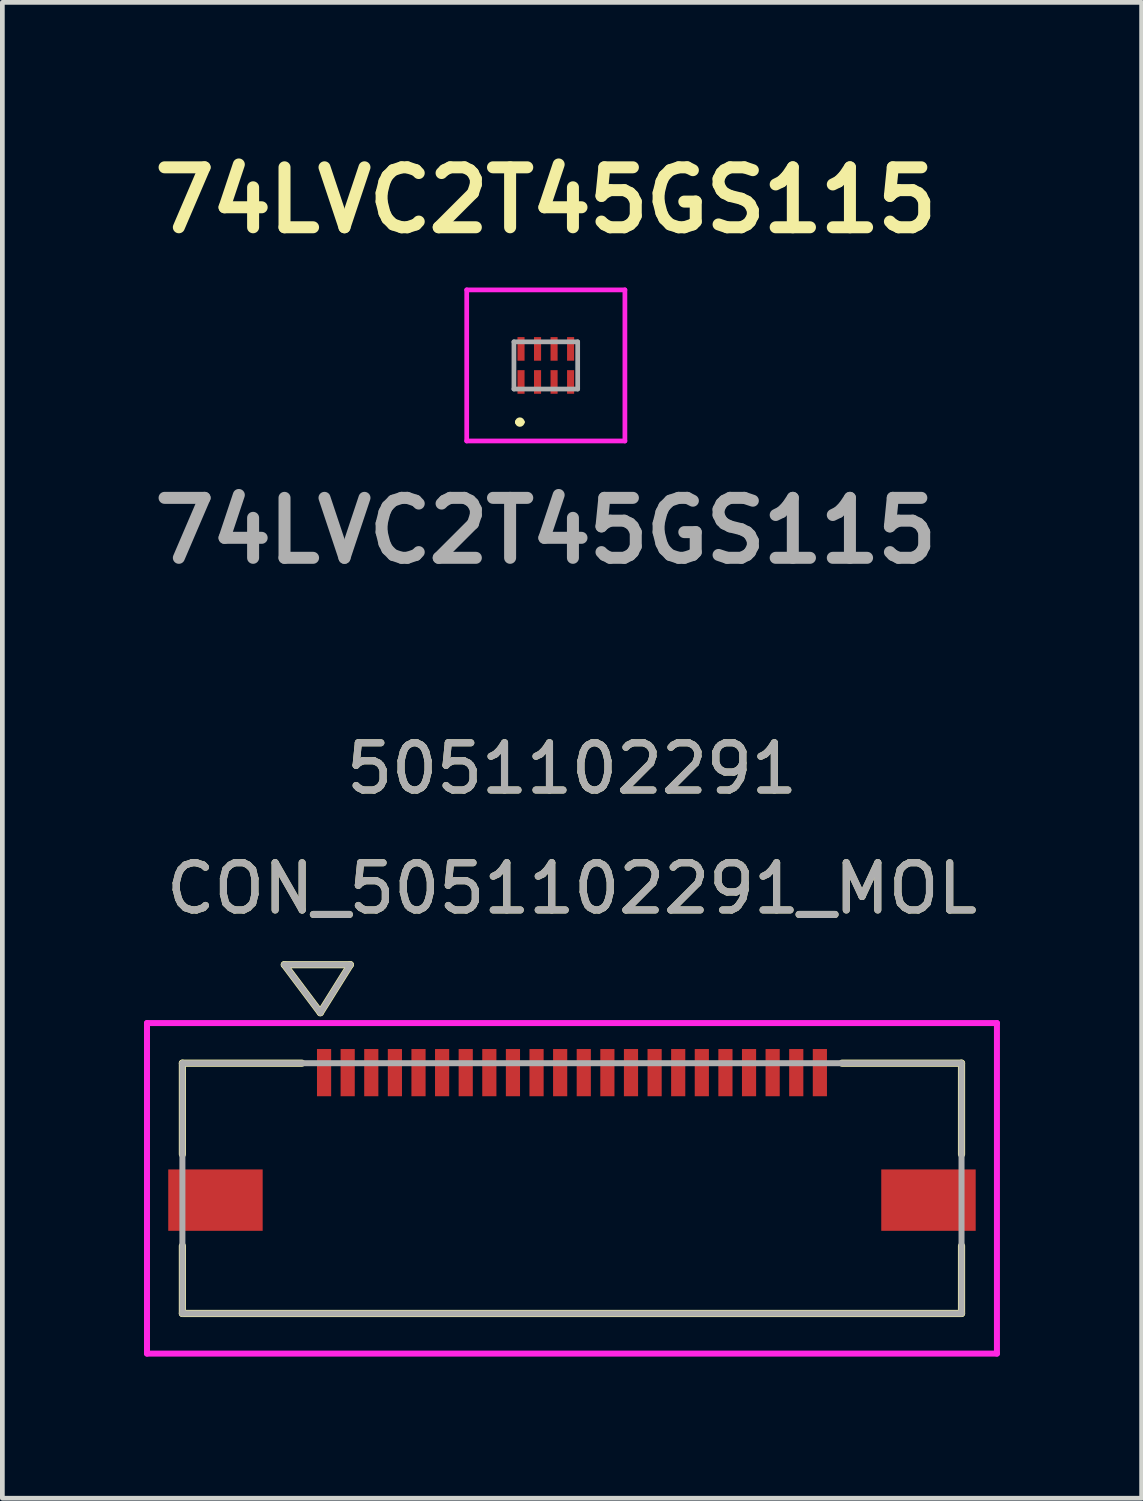
<source format=kicad_pcb>
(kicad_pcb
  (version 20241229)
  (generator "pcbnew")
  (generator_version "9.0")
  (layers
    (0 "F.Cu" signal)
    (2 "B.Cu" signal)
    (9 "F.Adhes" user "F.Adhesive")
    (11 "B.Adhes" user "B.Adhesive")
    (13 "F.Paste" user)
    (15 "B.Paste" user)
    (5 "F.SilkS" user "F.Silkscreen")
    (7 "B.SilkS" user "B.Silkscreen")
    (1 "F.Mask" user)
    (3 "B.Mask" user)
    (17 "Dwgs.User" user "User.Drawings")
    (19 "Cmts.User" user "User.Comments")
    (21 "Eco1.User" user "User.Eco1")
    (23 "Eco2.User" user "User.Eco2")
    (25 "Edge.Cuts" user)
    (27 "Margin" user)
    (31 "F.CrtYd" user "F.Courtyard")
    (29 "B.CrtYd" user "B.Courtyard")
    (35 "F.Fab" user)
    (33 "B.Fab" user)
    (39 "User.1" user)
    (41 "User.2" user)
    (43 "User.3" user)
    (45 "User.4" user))
  (footprint "74LVC2T45GS115"
    (layer "F.Cu")
    (at 8.509 4.689)
    (property "Reference" "74LVC2T45GS115" (at 0 -3.5 0) (layer "F.SilkS") (effects (font (size 1.27 1.27) (thickness 0.254))))
    (attr smd)
    (fp_line (start -0.6 1.2) (end -0.6 1.2) (stroke (width 0.1) (type solid)) (layer "F.SilkS"))
    (fp_line (start -0.5 1.2) (end -0.5 1.2) (stroke (width 0.1) (type solid)) (layer "F.SilkS"))
    (fp_arc (start -0.6 1.2) (mid -0.55 1.15) (end -0.5 1.2) (stroke (width 0.1) (type solid)) (layer "F.SilkS"))
    (fp_arc (start -0.5 1.2) (mid -0.55 1.25) (end -0.6 1.2) (stroke (width 0.1) (type solid)) (layer "F.SilkS"))
    (fp_line (start -1.675 -1.6) (end 1.675 -1.6) (stroke (width 0.1) (type solid)) (layer "F.CrtYd"))
    (fp_line (start -1.675 1.6) (end -1.675 -1.6) (stroke (width 0.1) (type solid)) (layer "F.CrtYd"))
    (fp_line (start 1.675 -1.6) (end 1.675 1.6) (stroke (width 0.1) (type solid)) (layer "F.CrtYd"))
    (fp_line (start 1.675 1.6) (end -1.675 1.6) (stroke (width 0.1) (type solid)) (layer "F.CrtYd"))
    (fp_line (start -0.675 -0.5) (end 0.675 -0.5) (stroke (width 0.1) (type solid)) (layer "F.Fab"))
    (fp_line (start -0.675 0.5) (end -0.675 -0.5) (stroke (width 0.1) (type solid)) (layer "F.Fab"))
    (fp_line (start 0.675 -0.5) (end 0.675 0.5) (stroke (width 0.1) (type solid)) (layer "F.Fab"))
    (fp_line (start 0.675 0.5) (end -0.675 0.5) (stroke (width 0.1) (type solid)) (layer "F.Fab"))
    (fp_text user "${REFERENCE}" (at 0 3.5 0) (layer "F.Fab") (effects (font (size 1.27 1.27) (thickness 0.254))))
    (pad "1" smd rect (at -0.525 0.35) (size 0.15 0.5) (layers "F.Cu" "F.Mask" "F.Paste"))
    (pad "2" smd rect (at -0.175 0.35) (size 0.15 0.5) (layers "F.Cu" "F.Mask" "F.Paste"))
    (pad "3" smd rect (at 0.175 0.35) (size 0.15 0.5) (layers "F.Cu" "F.Mask" "F.Paste"))
    (pad "4" smd rect (at 0.525 0.35) (size 0.15 0.5) (layers "F.Cu" "F.Mask" "F.Paste"))
    (pad "5" smd rect (at 0.525 -0.35) (size 0.15 0.5) (layers "F.Cu" "F.Mask" "F.Paste"))
    (pad "6" smd rect (at 0.175 -0.35) (size 0.15 0.5) (layers "F.Cu" "F.Mask" "F.Paste"))
    (pad "7" smd rect (at -0.175 -0.35) (size 0.15 0.5) (layers "F.Cu" "F.Mask" "F.Paste"))
    (pad "8" smd rect (at -0.525 -0.35) (size 0.15 0.5) (layers "F.Cu" "F.Mask" "F.Paste")))
  (footprint "CON_5051102291_MOL"
    (layer "F.Cu")
    (at 9.063 22.116)
    (property "Reference" "CON_5051102291_MOL" (at 0 -6.35 0) (unlocked yes) (layer "F.SilkS") (effects (font (size 1 1) (thickness 0.15))))
    (attr smd)
    (fp_line (start -8.25 -2.65) (end -8.25 -0.72) (stroke (width 0.152) (type solid)) (layer "F.SilkS"))
    (fp_line (start -8.25 1.22) (end -8.25 2.65) (stroke (width 0.152) (type solid)) (layer "F.SilkS"))
    (fp_line (start -8.25 2.65) (end 8.25 2.65) (stroke (width 0.152) (type solid)) (layer "F.SilkS"))
    (fp_line (start -6.091 -4.736) (end -5.329 -3.72) (stroke (width 0.152) (type solid)) (layer "F.SilkS"))
    (fp_line (start -6.091 -4.736) (end -4.694 -4.736) (stroke (width 0.152) (type solid)) (layer "F.SilkS"))
    (fp_line (start -5.72 -2.65) (end -8.25 -2.65) (stroke (width 0.152) (type solid)) (layer "F.SilkS"))
    (fp_line (start -4.694 -4.736) (end -5.329 -3.72) (stroke (width 0.152) (type solid)) (layer "F.SilkS"))
    (fp_line (start 8.25 -2.65) (end 5.72 -2.65) (stroke (width 0.152) (type solid)) (layer "F.SilkS"))
    (fp_line (start 8.25 -0.72) (end 8.25 -2.65) (stroke (width 0.152) (type solid)) (layer "F.SilkS"))
    (fp_line (start 8.25 2.65) (end 8.25 1.22) (stroke (width 0.152) (type solid)) (layer "F.SilkS"))
    (fp_line (start -9 -3.5) (end -9 3.5) (stroke (width 0.127) (type solid)) (layer "F.CrtYd"))
    (fp_line (start -9 3.5) (end 9 3.5) (stroke (width 0.127) (type solid)) (layer "F.CrtYd"))
    (fp_line (start 9 -3.5) (end -9 -3.5) (stroke (width 0.127) (type solid)) (layer "F.CrtYd"))
    (fp_line (start 9 3.5) (end 9 -3.5) (stroke (width 0.127) (type solid)) (layer "F.CrtYd"))
    (fp_line (start -8.25 -2.65) (end -8.25 2.65) (stroke (width 0.127) (type solid)) (layer "F.Fab"))
    (fp_line (start -8.25 2.65) (end 8.25 2.65) (stroke (width 0.127) (type solid)) (layer "F.Fab"))
    (fp_line (start -6.091 -4.736) (end -5.329 -3.72) (stroke (width 0.127) (type solid)) (layer "F.Fab"))
    (fp_line (start -6.091 -4.736) (end -4.694 -4.736) (stroke (width 0.127) (type solid)) (layer "F.Fab"))
    (fp_line (start -4.694 -4.736) (end -5.329 -3.72) (stroke (width 0.127) (type solid)) (layer "F.Fab"))
    (fp_line (start 8.25 -2.65) (end -8.25 -2.65) (stroke (width 0.127) (type solid)) (layer "F.Fab"))
    (fp_line (start 8.25 2.65) (end 8.25 -2.65) (stroke (width 0.127) (type solid)) (layer "F.Fab"))
    (fp_text user "5051102291" (at 0 -8.89 0) (unlocked yes) (layer "F.SilkS") (effects (font (size 1 1) (thickness 0.15))))
    (fp_text user "5051102291" (at 0 -8.89 0) (unlocked yes) (layer "F.Fab") (effects (font (size 1 1) (thickness 0.15))))
    (fp_text user "${REFERENCE}" (at 0 -6.35 0) (unlocked yes) (layer "F.Fab") (effects (font (size 1 1) (thickness 0.15))))
    (pad "1" smd rect (at -5.25 -2.45) (size 0.3 1) (layers "F.Cu" "F.Mask" "F.Paste"))
    (pad "2" smd rect (at -4.75 -2.45) (size 0.3 1) (layers "F.Cu" "F.Mask" "F.Paste"))
    (pad "3" smd rect (at -4.25 -2.45) (size 0.3 1) (layers "F.Cu" "F.Mask" "F.Paste"))
    (pad "4" smd rect (at -3.75 -2.45) (size 0.3 1) (layers "F.Cu" "F.Mask" "F.Paste"))
    (pad "5" smd rect (at -3.25 -2.45) (size 0.3 1) (layers "F.Cu" "F.Mask" "F.Paste"))
    (pad "6" smd rect (at -2.75 -2.45) (size 0.3 1) (layers "F.Cu" "F.Mask" "F.Paste"))
    (pad "7" smd rect (at -2.25 -2.45) (size 0.3 1) (layers "F.Cu" "F.Mask" "F.Paste"))
    (pad "8" smd rect (at -1.75 -2.45) (size 0.3 1) (layers "F.Cu" "F.Mask" "F.Paste"))
    (pad "9" smd rect (at -1.25 -2.45) (size 0.3 1) (layers "F.Cu" "F.Mask" "F.Paste"))
    (pad "10" smd rect (at -0.75 -2.45) (size 0.3 1) (layers "F.Cu" "F.Mask" "F.Paste"))
    (pad "11" smd rect (at -0.25 -2.45) (size 0.3 1) (layers "F.Cu" "F.Mask" "F.Paste"))
    (pad "12" smd rect (at 0.25 -2.45) (size 0.3 1) (layers "F.Cu" "F.Mask" "F.Paste"))
    (pad "13" smd rect (at 0.75 -2.45) (size 0.3 1) (layers "F.Cu" "F.Mask" "F.Paste"))
    (pad "14" smd rect (at 1.25 -2.45) (size 0.3 1) (layers "F.Cu" "F.Mask" "F.Paste"))
    (pad "15" smd rect (at 1.75 -2.45) (size 0.3 1) (layers "F.Cu" "F.Mask" "F.Paste"))
    (pad "16" smd rect (at 2.25 -2.45) (size 0.3 1) (layers "F.Cu" "F.Mask" "F.Paste"))
    (pad "17" smd rect (at 2.75 -2.45) (size 0.3 1) (layers "F.Cu" "F.Mask" "F.Paste"))
    (pad "18" smd rect (at 3.25 -2.45) (size 0.3 1) (layers "F.Cu" "F.Mask" "F.Paste"))
    (pad "19" smd rect (at 3.75 -2.45) (size 0.3 1) (layers "F.Cu" "F.Mask" "F.Paste"))
    (pad "20" smd rect (at 4.25 -2.45) (size 0.3 1) (layers "F.Cu" "F.Mask" "F.Paste"))
    (pad "21" smd rect (at 4.75 -2.45) (size 0.3 1) (layers "F.Cu" "F.Mask" "F.Paste"))
    (pad "22" smd rect (at 5.25 -2.45) (size 0.3 1) (layers "F.Cu" "F.Mask" "F.Paste"))
    (pad "P1" smd rect (at -7.55 0.25) (size 2 1.3) (layers "F.Cu" "F.Mask" "F.Paste"))
    (pad "P2" smd rect (at 7.55 0.25) (size 2 1.3) (layers "F.Cu" "F.Mask" "F.Paste")))
  (gr_rect
    (start -3 -3)
    (end 21.127 28.679)
    (stroke (width 0.1) (type default))
    (fill no)
    (layer "Edge.Cuts")))
</source>
